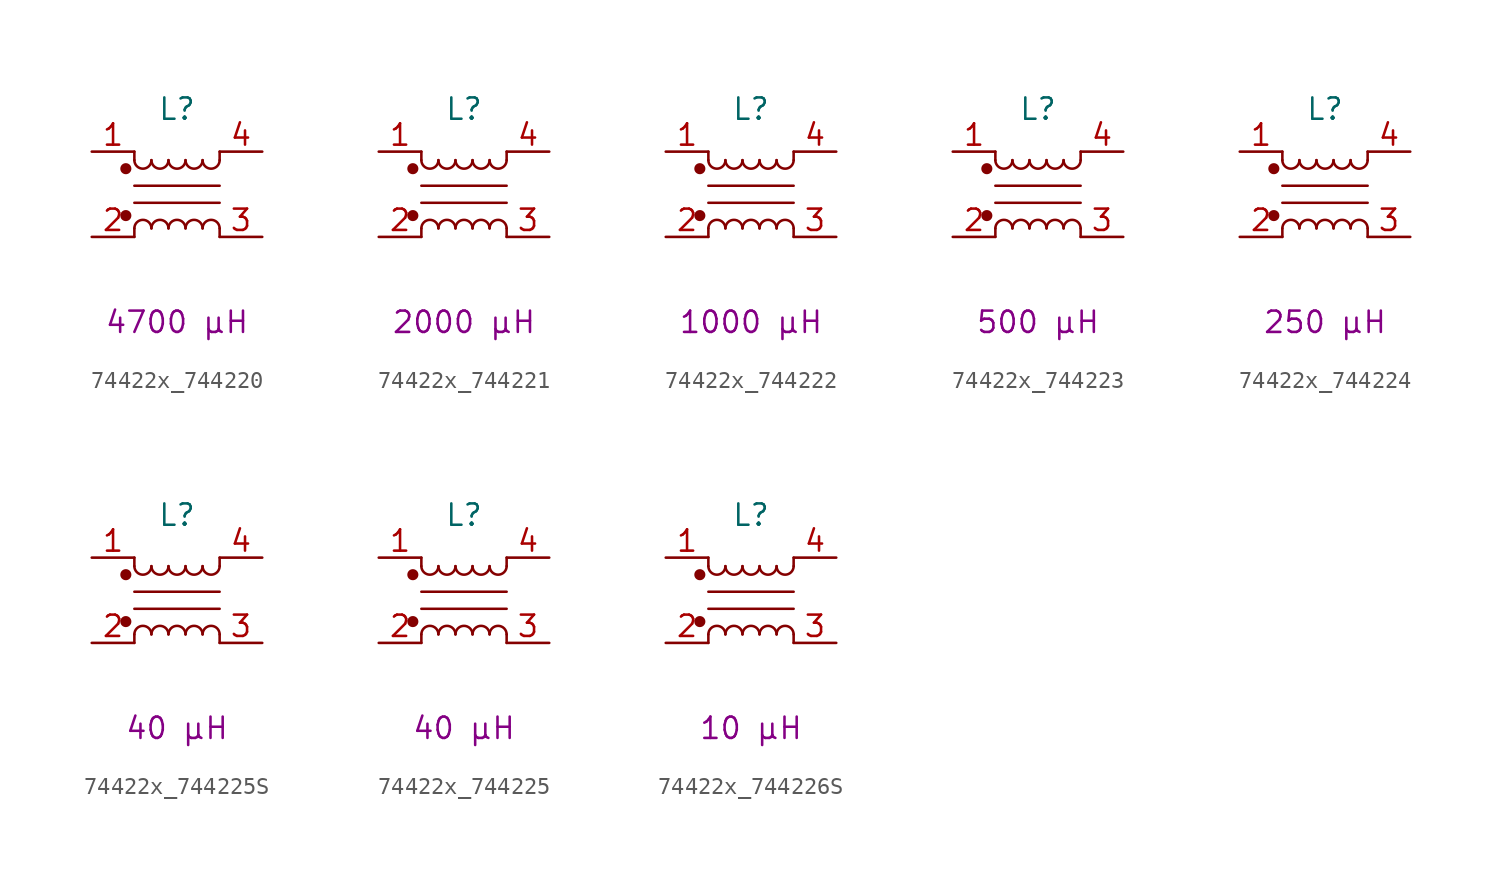
<source format=kicad_sym>
(kicad_symbol_lib
  (version 20220914)
  (generator kicad_symbol_editor)
  (symbol "74422x_744220"
    (pin_names hide)
    (property "Reference" "L"
      (at 0 5.08 0)
      (effects (font (size 1.27 1.27))))
    (property "Critical Parameter" "4700 µH"
      (at 0 -7.62 0)
      (effects (font (size 1.27 1.27))))
    (symbol "74422x_744220_0_1"
      (circle (center -3.048 -1.27) (radius 0.254) (stroke (width 0) (type default)) (fill (type outline)))
      (circle (center -3.048 1.524) (radius 0.254) (stroke (width 0) (type default)) (fill (type outline)))
      (arc (start -2.54 2.032) (mid -2.032 1.5262) (end -1.524 2.032) (stroke (width 0) (type default)) (fill (type none)))
      (arc (start -1.524 -2.032) (mid -2.032 -1.5262) (end -2.54 -2.032) (stroke (width 0) (type default)) (fill (type none)))
      (arc (start -1.524 2.032) (mid -1.016 1.5262) (end -0.508 2.032) (stroke (width 0) (type default)) (fill (type none)))
      (arc (start -0.508 -2.032) (mid -1.016 -1.5262) (end -1.524 -2.032) (stroke (width 0) (type default)) (fill (type none)))
      (arc (start -0.508 2.032) (mid 0 1.5262) (end 0.508 2.032) (stroke (width 0) (type default)) (fill (type none)))
      (polyline (pts (xy -2.54 -2.032) (xy -2.54 -2.54)) (stroke (width 0) (type default)) (fill (type none)))
      (polyline (pts (xy -2.54 0.508) (xy 2.54 0.508)) (stroke (width 0) (type default)) (fill (type none)))
      (polyline (pts (xy -2.54 2.032) (xy -2.54 2.54)) (stroke (width 0) (type default)) (fill (type none)))
      (polyline (pts (xy 2.54 -2.032) (xy 2.54 -2.54)) (stroke (width 0) (type default)) (fill (type none)))
      (polyline (pts (xy 2.54 -0.508) (xy -2.54 -0.508)) (stroke (width 0) (type default)) (fill (type none)))
      (polyline (pts (xy 2.54 2.54) (xy 2.54 2.032)) (stroke (width 0) (type default)) (fill (type none)))
      (arc (start 0.508 -2.032) (mid 0 -1.5262) (end -0.508 -2.032) (stroke (width 0) (type default)) (fill (type none)))
      (arc (start 0.508 2.032) (mid 1.016 1.5262) (end 1.524 2.032) (stroke (width 0) (type default)) (fill (type none)))
      (arc (start 1.524 -2.032) (mid 1.016 -1.5262) (end 0.508 -2.032) (stroke (width 0) (type default)) (fill (type none)))
      (arc (start 1.524 2.032) (mid 2.032 1.5262) (end 2.54 2.032) (stroke (width 0) (type default)) (fill (type none)))
      (arc (start 2.54 -2.032) (mid 2.032 -1.5262) (end 1.524 -2.032) (stroke (width 0) (type default)) (fill (type none))))
    (symbol "74422x_744220_1_1"
      (pin passive line (at -5.08 2.54 0) (length 2.54) (name "1" (effects (font (size 1.27 1.27)))) (number "1" (effects (font (size 1.27 1.27)))))
      (pin passive line (at -5.08 -2.54 0) (length 2.54) (name "2" (effects (font (size 1.27 1.27)))) (number "2" (effects (font (size 1.27 1.27)))))
      (pin passive line (at 5.08 -2.54 180) (length 2.54) (name "3" (effects (font (size 1.27 1.27)))) (number "3" (effects (font (size 1.27 1.27)))))
      (pin passive line (at 5.08 2.54 180) (length 2.54) (name "4" (effects (font (size 1.27 1.27)))) (number "4" (effects (font (size 1.27 1.27)))))))
  (symbol "74422x_744221"
    (pin_names hide)
    (property "Reference" "L"
      (at 0 5.08 0)
      (effects (font (size 1.27 1.27))))
    (property "Critical Parameter" "2000 µH"
      (at 0 -7.62 0)
      (effects (font (size 1.27 1.27))))
    (symbol "74422x_744221_0_1"
      (circle (center -3.048 -1.27) (radius 0.254) (stroke (width 0) (type default)) (fill (type outline)))
      (circle (center -3.048 1.524) (radius 0.254) (stroke (width 0) (type default)) (fill (type outline)))
      (arc (start -2.54 2.032) (mid -2.032 1.5262) (end -1.524 2.032) (stroke (width 0) (type default)) (fill (type none)))
      (arc (start -1.524 -2.032) (mid -2.032 -1.5262) (end -2.54 -2.032) (stroke (width 0) (type default)) (fill (type none)))
      (arc (start -1.524 2.032) (mid -1.016 1.5262) (end -0.508 2.032) (stroke (width 0) (type default)) (fill (type none)))
      (arc (start -0.508 -2.032) (mid -1.016 -1.5262) (end -1.524 -2.032) (stroke (width 0) (type default)) (fill (type none)))
      (arc (start -0.508 2.032) (mid 0 1.5262) (end 0.508 2.032) (stroke (width 0) (type default)) (fill (type none)))
      (polyline (pts (xy -2.54 -2.032) (xy -2.54 -2.54)) (stroke (width 0) (type default)) (fill (type none)))
      (polyline (pts (xy -2.54 0.508) (xy 2.54 0.508)) (stroke (width 0) (type default)) (fill (type none)))
      (polyline (pts (xy -2.54 2.032) (xy -2.54 2.54)) (stroke (width 0) (type default)) (fill (type none)))
      (polyline (pts (xy 2.54 -2.032) (xy 2.54 -2.54)) (stroke (width 0) (type default)) (fill (type none)))
      (polyline (pts (xy 2.54 -0.508) (xy -2.54 -0.508)) (stroke (width 0) (type default)) (fill (type none)))
      (polyline (pts (xy 2.54 2.54) (xy 2.54 2.032)) (stroke (width 0) (type default)) (fill (type none)))
      (arc (start 0.508 -2.032) (mid 0 -1.5262) (end -0.508 -2.032) (stroke (width 0) (type default)) (fill (type none)))
      (arc (start 0.508 2.032) (mid 1.016 1.5262) (end 1.524 2.032) (stroke (width 0) (type default)) (fill (type none)))
      (arc (start 1.524 -2.032) (mid 1.016 -1.5262) (end 0.508 -2.032) (stroke (width 0) (type default)) (fill (type none)))
      (arc (start 1.524 2.032) (mid 2.032 1.5262) (end 2.54 2.032) (stroke (width 0) (type default)) (fill (type none)))
      (arc (start 2.54 -2.032) (mid 2.032 -1.5262) (end 1.524 -2.032) (stroke (width 0) (type default)) (fill (type none))))
    (symbol "74422x_744221_1_1"
      (pin passive line (at -5.08 2.54 0) (length 2.54) (name "1" (effects (font (size 1.27 1.27)))) (number "1" (effects (font (size 1.27 1.27)))))
      (pin passive line (at -5.08 -2.54 0) (length 2.54) (name "2" (effects (font (size 1.27 1.27)))) (number "2" (effects (font (size 1.27 1.27)))))
      (pin passive line (at 5.08 -2.54 180) (length 2.54) (name "3" (effects (font (size 1.27 1.27)))) (number "3" (effects (font (size 1.27 1.27)))))
      (pin passive line (at 5.08 2.54 180) (length 2.54) (name "4" (effects (font (size 1.27 1.27)))) (number "4" (effects (font (size 1.27 1.27)))))))
  (symbol "74422x_744222"
    (pin_names hide)
    (property "Reference" "L"
      (at 0 5.08 0)
      (effects (font (size 1.27 1.27))))
    (property "Critical Parameter" "1000 µH"
      (at 0 -7.62 0)
      (effects (font (size 1.27 1.27))))
    (symbol "74422x_744222_0_1"
      (circle (center -3.048 -1.27) (radius 0.254) (stroke (width 0) (type default)) (fill (type outline)))
      (circle (center -3.048 1.524) (radius 0.254) (stroke (width 0) (type default)) (fill (type outline)))
      (arc (start -2.54 2.032) (mid -2.032 1.5262) (end -1.524 2.032) (stroke (width 0) (type default)) (fill (type none)))
      (arc (start -1.524 -2.032) (mid -2.032 -1.5262) (end -2.54 -2.032) (stroke (width 0) (type default)) (fill (type none)))
      (arc (start -1.524 2.032) (mid -1.016 1.5262) (end -0.508 2.032) (stroke (width 0) (type default)) (fill (type none)))
      (arc (start -0.508 -2.032) (mid -1.016 -1.5262) (end -1.524 -2.032) (stroke (width 0) (type default)) (fill (type none)))
      (arc (start -0.508 2.032) (mid 0 1.5262) (end 0.508 2.032) (stroke (width 0) (type default)) (fill (type none)))
      (polyline (pts (xy -2.54 -2.032) (xy -2.54 -2.54)) (stroke (width 0) (type default)) (fill (type none)))
      (polyline (pts (xy -2.54 0.508) (xy 2.54 0.508)) (stroke (width 0) (type default)) (fill (type none)))
      (polyline (pts (xy -2.54 2.032) (xy -2.54 2.54)) (stroke (width 0) (type default)) (fill (type none)))
      (polyline (pts (xy 2.54 -2.032) (xy 2.54 -2.54)) (stroke (width 0) (type default)) (fill (type none)))
      (polyline (pts (xy 2.54 -0.508) (xy -2.54 -0.508)) (stroke (width 0) (type default)) (fill (type none)))
      (polyline (pts (xy 2.54 2.54) (xy 2.54 2.032)) (stroke (width 0) (type default)) (fill (type none)))
      (arc (start 0.508 -2.032) (mid 0 -1.5262) (end -0.508 -2.032) (stroke (width 0) (type default)) (fill (type none)))
      (arc (start 0.508 2.032) (mid 1.016 1.5262) (end 1.524 2.032) (stroke (width 0) (type default)) (fill (type none)))
      (arc (start 1.524 -2.032) (mid 1.016 -1.5262) (end 0.508 -2.032) (stroke (width 0) (type default)) (fill (type none)))
      (arc (start 1.524 2.032) (mid 2.032 1.5262) (end 2.54 2.032) (stroke (width 0) (type default)) (fill (type none)))
      (arc (start 2.54 -2.032) (mid 2.032 -1.5262) (end 1.524 -2.032) (stroke (width 0) (type default)) (fill (type none))))
    (symbol "74422x_744222_1_1"
      (pin passive line (at -5.08 2.54 0) (length 2.54) (name "1" (effects (font (size 1.27 1.27)))) (number "1" (effects (font (size 1.27 1.27)))))
      (pin passive line (at -5.08 -2.54 0) (length 2.54) (name "2" (effects (font (size 1.27 1.27)))) (number "2" (effects (font (size 1.27 1.27)))))
      (pin passive line (at 5.08 -2.54 180) (length 2.54) (name "3" (effects (font (size 1.27 1.27)))) (number "3" (effects (font (size 1.27 1.27)))))
      (pin passive line (at 5.08 2.54 180) (length 2.54) (name "4" (effects (font (size 1.27 1.27)))) (number "4" (effects (font (size 1.27 1.27)))))))
  (symbol "74422x_744223"
    (pin_names hide)
    (property "Reference" "L"
      (at 0 5.08 0)
      (effects (font (size 1.27 1.27))))
    (property "Critical Parameter" "500 µH"
      (at 0 -7.62 0)
      (effects (font (size 1.27 1.27))))
    (symbol "74422x_744223_0_1"
      (circle (center -3.048 -1.27) (radius 0.254) (stroke (width 0) (type default)) (fill (type outline)))
      (circle (center -3.048 1.524) (radius 0.254) (stroke (width 0) (type default)) (fill (type outline)))
      (arc (start -2.54 2.032) (mid -2.032 1.5262) (end -1.524 2.032) (stroke (width 0) (type default)) (fill (type none)))
      (arc (start -1.524 -2.032) (mid -2.032 -1.5262) (end -2.54 -2.032) (stroke (width 0) (type default)) (fill (type none)))
      (arc (start -1.524 2.032) (mid -1.016 1.5262) (end -0.508 2.032) (stroke (width 0) (type default)) (fill (type none)))
      (arc (start -0.508 -2.032) (mid -1.016 -1.5262) (end -1.524 -2.032) (stroke (width 0) (type default)) (fill (type none)))
      (arc (start -0.508 2.032) (mid 0 1.5262) (end 0.508 2.032) (stroke (width 0) (type default)) (fill (type none)))
      (polyline (pts (xy -2.54 -2.032) (xy -2.54 -2.54)) (stroke (width 0) (type default)) (fill (type none)))
      (polyline (pts (xy -2.54 0.508) (xy 2.54 0.508)) (stroke (width 0) (type default)) (fill (type none)))
      (polyline (pts (xy -2.54 2.032) (xy -2.54 2.54)) (stroke (width 0) (type default)) (fill (type none)))
      (polyline (pts (xy 2.54 -2.032) (xy 2.54 -2.54)) (stroke (width 0) (type default)) (fill (type none)))
      (polyline (pts (xy 2.54 -0.508) (xy -2.54 -0.508)) (stroke (width 0) (type default)) (fill (type none)))
      (polyline (pts (xy 2.54 2.54) (xy 2.54 2.032)) (stroke (width 0) (type default)) (fill (type none)))
      (arc (start 0.508 -2.032) (mid 0 -1.5262) (end -0.508 -2.032) (stroke (width 0) (type default)) (fill (type none)))
      (arc (start 0.508 2.032) (mid 1.016 1.5262) (end 1.524 2.032) (stroke (width 0) (type default)) (fill (type none)))
      (arc (start 1.524 -2.032) (mid 1.016 -1.5262) (end 0.508 -2.032) (stroke (width 0) (type default)) (fill (type none)))
      (arc (start 1.524 2.032) (mid 2.032 1.5262) (end 2.54 2.032) (stroke (width 0) (type default)) (fill (type none)))
      (arc (start 2.54 -2.032) (mid 2.032 -1.5262) (end 1.524 -2.032) (stroke (width 0) (type default)) (fill (type none))))
    (symbol "74422x_744223_1_1"
      (pin passive line (at -5.08 2.54 0) (length 2.54) (name "1" (effects (font (size 1.27 1.27)))) (number "1" (effects (font (size 1.27 1.27)))))
      (pin passive line (at -5.08 -2.54 0) (length 2.54) (name "2" (effects (font (size 1.27 1.27)))) (number "2" (effects (font (size 1.27 1.27)))))
      (pin passive line (at 5.08 -2.54 180) (length 2.54) (name "3" (effects (font (size 1.27 1.27)))) (number "3" (effects (font (size 1.27 1.27)))))
      (pin passive line (at 5.08 2.54 180) (length 2.54) (name "4" (effects (font (size 1.27 1.27)))) (number "4" (effects (font (size 1.27 1.27)))))))
  (symbol "74422x_744224"
    (pin_names hide)
    (property "Reference" "L"
      (at 0 5.08 0)
      (effects (font (size 1.27 1.27))))
    (property "Critical Parameter" "250 µH"
      (at 0 -7.62 0)
      (effects (font (size 1.27 1.27))))
    (symbol "74422x_744224_0_1"
      (circle (center -3.048 -1.27) (radius 0.254) (stroke (width 0) (type default)) (fill (type outline)))
      (circle (center -3.048 1.524) (radius 0.254) (stroke (width 0) (type default)) (fill (type outline)))
      (arc (start -2.54 2.032) (mid -2.032 1.5262) (end -1.524 2.032) (stroke (width 0) (type default)) (fill (type none)))
      (arc (start -1.524 -2.032) (mid -2.032 -1.5262) (end -2.54 -2.032) (stroke (width 0) (type default)) (fill (type none)))
      (arc (start -1.524 2.032) (mid -1.016 1.5262) (end -0.508 2.032) (stroke (width 0) (type default)) (fill (type none)))
      (arc (start -0.508 -2.032) (mid -1.016 -1.5262) (end -1.524 -2.032) (stroke (width 0) (type default)) (fill (type none)))
      (arc (start -0.508 2.032) (mid 0 1.5262) (end 0.508 2.032) (stroke (width 0) (type default)) (fill (type none)))
      (polyline (pts (xy -2.54 -2.032) (xy -2.54 -2.54)) (stroke (width 0) (type default)) (fill (type none)))
      (polyline (pts (xy -2.54 0.508) (xy 2.54 0.508)) (stroke (width 0) (type default)) (fill (type none)))
      (polyline (pts (xy -2.54 2.032) (xy -2.54 2.54)) (stroke (width 0) (type default)) (fill (type none)))
      (polyline (pts (xy 2.54 -2.032) (xy 2.54 -2.54)) (stroke (width 0) (type default)) (fill (type none)))
      (polyline (pts (xy 2.54 -0.508) (xy -2.54 -0.508)) (stroke (width 0) (type default)) (fill (type none)))
      (polyline (pts (xy 2.54 2.54) (xy 2.54 2.032)) (stroke (width 0) (type default)) (fill (type none)))
      (arc (start 0.508 -2.032) (mid 0 -1.5262) (end -0.508 -2.032) (stroke (width 0) (type default)) (fill (type none)))
      (arc (start 0.508 2.032) (mid 1.016 1.5262) (end 1.524 2.032) (stroke (width 0) (type default)) (fill (type none)))
      (arc (start 1.524 -2.032) (mid 1.016 -1.5262) (end 0.508 -2.032) (stroke (width 0) (type default)) (fill (type none)))
      (arc (start 1.524 2.032) (mid 2.032 1.5262) (end 2.54 2.032) (stroke (width 0) (type default)) (fill (type none)))
      (arc (start 2.54 -2.032) (mid 2.032 -1.5262) (end 1.524 -2.032) (stroke (width 0) (type default)) (fill (type none))))
    (symbol "74422x_744224_1_1"
      (pin passive line (at -5.08 2.54 0) (length 2.54) (name "1" (effects (font (size 1.27 1.27)))) (number "1" (effects (font (size 1.27 1.27)))))
      (pin passive line (at -5.08 -2.54 0) (length 2.54) (name "2" (effects (font (size 1.27 1.27)))) (number "2" (effects (font (size 1.27 1.27)))))
      (pin passive line (at 5.08 -2.54 180) (length 2.54) (name "3" (effects (font (size 1.27 1.27)))) (number "3" (effects (font (size 1.27 1.27)))))
      (pin passive line (at 5.08 2.54 180) (length 2.54) (name "4" (effects (font (size 1.27 1.27)))) (number "4" (effects (font (size 1.27 1.27)))))))
  (symbol "74422x_744225S"
    (pin_names hide)
    (property "Reference" "L"
      (at 0 5.08 0)
      (effects (font (size 1.27 1.27))))
    (property "Critical Parameter" "40 µH"
      (at 0 -7.62 0)
      (effects (font (size 1.27 1.27))))
    (symbol "74422x_744225S_0_1"
      (circle (center -3.048 -1.27) (radius 0.254) (stroke (width 0) (type default)) (fill (type outline)))
      (circle (center -3.048 1.524) (radius 0.254) (stroke (width 0) (type default)) (fill (type outline)))
      (arc (start -2.54 2.032) (mid -2.032 1.5262) (end -1.524 2.032) (stroke (width 0) (type default)) (fill (type none)))
      (arc (start -1.524 -2.032) (mid -2.032 -1.5262) (end -2.54 -2.032) (stroke (width 0) (type default)) (fill (type none)))
      (arc (start -1.524 2.032) (mid -1.016 1.5262) (end -0.508 2.032) (stroke (width 0) (type default)) (fill (type none)))
      (arc (start -0.508 -2.032) (mid -1.016 -1.5262) (end -1.524 -2.032) (stroke (width 0) (type default)) (fill (type none)))
      (arc (start -0.508 2.032) (mid 0 1.5262) (end 0.508 2.032) (stroke (width 0) (type default)) (fill (type none)))
      (polyline (pts (xy -2.54 -2.032) (xy -2.54 -2.54)) (stroke (width 0) (type default)) (fill (type none)))
      (polyline (pts (xy -2.54 0.508) (xy 2.54 0.508)) (stroke (width 0) (type default)) (fill (type none)))
      (polyline (pts (xy -2.54 2.032) (xy -2.54 2.54)) (stroke (width 0) (type default)) (fill (type none)))
      (polyline (pts (xy 2.54 -2.032) (xy 2.54 -2.54)) (stroke (width 0) (type default)) (fill (type none)))
      (polyline (pts (xy 2.54 -0.508) (xy -2.54 -0.508)) (stroke (width 0) (type default)) (fill (type none)))
      (polyline (pts (xy 2.54 2.54) (xy 2.54 2.032)) (stroke (width 0) (type default)) (fill (type none)))
      (arc (start 0.508 -2.032) (mid 0 -1.5262) (end -0.508 -2.032) (stroke (width 0) (type default)) (fill (type none)))
      (arc (start 0.508 2.032) (mid 1.016 1.5262) (end 1.524 2.032) (stroke (width 0) (type default)) (fill (type none)))
      (arc (start 1.524 -2.032) (mid 1.016 -1.5262) (end 0.508 -2.032) (stroke (width 0) (type default)) (fill (type none)))
      (arc (start 1.524 2.032) (mid 2.032 1.5262) (end 2.54 2.032) (stroke (width 0) (type default)) (fill (type none)))
      (arc (start 2.54 -2.032) (mid 2.032 -1.5262) (end 1.524 -2.032) (stroke (width 0) (type default)) (fill (type none))))
    (symbol "74422x_744225S_1_1"
      (pin passive line (at -5.08 2.54 0) (length 2.54) (name "1" (effects (font (size 1.27 1.27)))) (number "1" (effects (font (size 1.27 1.27)))))
      (pin passive line (at -5.08 -2.54 0) (length 2.54) (name "2" (effects (font (size 1.27 1.27)))) (number "2" (effects (font (size 1.27 1.27)))))
      (pin passive line (at 5.08 -2.54 180) (length 2.54) (name "3" (effects (font (size 1.27 1.27)))) (number "3" (effects (font (size 1.27 1.27)))))
      (pin passive line (at 5.08 2.54 180) (length 2.54) (name "4" (effects (font (size 1.27 1.27)))) (number "4" (effects (font (size 1.27 1.27)))))))
  (symbol "74422x_744225"
    (pin_names hide)
    (property "Reference" "L"
      (at 0 5.08 0)
      (effects (font (size 1.27 1.27))))
    (property "Critical Parameter" "40 µH"
      (at 0 -7.62 0)
      (effects (font (size 1.27 1.27))))
    (symbol "74422x_744225_0_1"
      (circle (center -3.048 -1.27) (radius 0.254) (stroke (width 0) (type default)) (fill (type outline)))
      (circle (center -3.048 1.524) (radius 0.254) (stroke (width 0) (type default)) (fill (type outline)))
      (arc (start -2.54 2.032) (mid -2.032 1.5262) (end -1.524 2.032) (stroke (width 0) (type default)) (fill (type none)))
      (arc (start -1.524 -2.032) (mid -2.032 -1.5262) (end -2.54 -2.032) (stroke (width 0) (type default)) (fill (type none)))
      (arc (start -1.524 2.032) (mid -1.016 1.5262) (end -0.508 2.032) (stroke (width 0) (type default)) (fill (type none)))
      (arc (start -0.508 -2.032) (mid -1.016 -1.5262) (end -1.524 -2.032) (stroke (width 0) (type default)) (fill (type none)))
      (arc (start -0.508 2.032) (mid 0 1.5262) (end 0.508 2.032) (stroke (width 0) (type default)) (fill (type none)))
      (polyline (pts (xy -2.54 -2.032) (xy -2.54 -2.54)) (stroke (width 0) (type default)) (fill (type none)))
      (polyline (pts (xy -2.54 0.508) (xy 2.54 0.508)) (stroke (width 0) (type default)) (fill (type none)))
      (polyline (pts (xy -2.54 2.032) (xy -2.54 2.54)) (stroke (width 0) (type default)) (fill (type none)))
      (polyline (pts (xy 2.54 -2.032) (xy 2.54 -2.54)) (stroke (width 0) (type default)) (fill (type none)))
      (polyline (pts (xy 2.54 -0.508) (xy -2.54 -0.508)) (stroke (width 0) (type default)) (fill (type none)))
      (polyline (pts (xy 2.54 2.54) (xy 2.54 2.032)) (stroke (width 0) (type default)) (fill (type none)))
      (arc (start 0.508 -2.032) (mid 0 -1.5262) (end -0.508 -2.032) (stroke (width 0) (type default)) (fill (type none)))
      (arc (start 0.508 2.032) (mid 1.016 1.5262) (end 1.524 2.032) (stroke (width 0) (type default)) (fill (type none)))
      (arc (start 1.524 -2.032) (mid 1.016 -1.5262) (end 0.508 -2.032) (stroke (width 0) (type default)) (fill (type none)))
      (arc (start 1.524 2.032) (mid 2.032 1.5262) (end 2.54 2.032) (stroke (width 0) (type default)) (fill (type none)))
      (arc (start 2.54 -2.032) (mid 2.032 -1.5262) (end 1.524 -2.032) (stroke (width 0) (type default)) (fill (type none))))
    (symbol "74422x_744225_1_1"
      (pin passive line (at -5.08 2.54 0) (length 2.54) (name "1" (effects (font (size 1.27 1.27)))) (number "1" (effects (font (size 1.27 1.27)))))
      (pin passive line (at -5.08 -2.54 0) (length 2.54) (name "2" (effects (font (size 1.27 1.27)))) (number "2" (effects (font (size 1.27 1.27)))))
      (pin passive line (at 5.08 -2.54 180) (length 2.54) (name "3" (effects (font (size 1.27 1.27)))) (number "3" (effects (font (size 1.27 1.27)))))
      (pin passive line (at 5.08 2.54 180) (length 2.54) (name "4" (effects (font (size 1.27 1.27)))) (number "4" (effects (font (size 1.27 1.27)))))))
  (symbol "74422x_744226S"
    (pin_names hide)
    (property "Reference" "L"
      (at 0 5.08 0)
      (effects (font (size 1.27 1.27))))
    (property "Critical Parameter" "10 µH"
      (at 0 -7.62 0)
      (effects (font (size 1.27 1.27))))
    (symbol "74422x_744226S_0_1"
      (circle (center -3.048 -1.27) (radius 0.254) (stroke (width 0) (type default)) (fill (type outline)))
      (circle (center -3.048 1.524) (radius 0.254) (stroke (width 0) (type default)) (fill (type outline)))
      (arc (start -2.54 2.032) (mid -2.032 1.5262) (end -1.524 2.032) (stroke (width 0) (type default)) (fill (type none)))
      (arc (start -1.524 -2.032) (mid -2.032 -1.5262) (end -2.54 -2.032) (stroke (width 0) (type default)) (fill (type none)))
      (arc (start -1.524 2.032) (mid -1.016 1.5262) (end -0.508 2.032) (stroke (width 0) (type default)) (fill (type none)))
      (arc (start -0.508 -2.032) (mid -1.016 -1.5262) (end -1.524 -2.032) (stroke (width 0) (type default)) (fill (type none)))
      (arc (start -0.508 2.032) (mid 0 1.5262) (end 0.508 2.032) (stroke (width 0) (type default)) (fill (type none)))
      (polyline (pts (xy -2.54 -2.032) (xy -2.54 -2.54)) (stroke (width 0) (type default)) (fill (type none)))
      (polyline (pts (xy -2.54 0.508) (xy 2.54 0.508)) (stroke (width 0) (type default)) (fill (type none)))
      (polyline (pts (xy -2.54 2.032) (xy -2.54 2.54)) (stroke (width 0) (type default)) (fill (type none)))
      (polyline (pts (xy 2.54 -2.032) (xy 2.54 -2.54)) (stroke (width 0) (type default)) (fill (type none)))
      (polyline (pts (xy 2.54 -0.508) (xy -2.54 -0.508)) (stroke (width 0) (type default)) (fill (type none)))
      (polyline (pts (xy 2.54 2.54) (xy 2.54 2.032)) (stroke (width 0) (type default)) (fill (type none)))
      (arc (start 0.508 -2.032) (mid 0 -1.5262) (end -0.508 -2.032) (stroke (width 0) (type default)) (fill (type none)))
      (arc (start 0.508 2.032) (mid 1.016 1.5262) (end 1.524 2.032) (stroke (width 0) (type default)) (fill (type none)))
      (arc (start 1.524 -2.032) (mid 1.016 -1.5262) (end 0.508 -2.032) (stroke (width 0) (type default)) (fill (type none)))
      (arc (start 1.524 2.032) (mid 2.032 1.5262) (end 2.54 2.032) (stroke (width 0) (type default)) (fill (type none)))
      (arc (start 2.54 -2.032) (mid 2.032 -1.5262) (end 1.524 -2.032) (stroke (width 0) (type default)) (fill (type none))))
    (symbol "74422x_744226S_1_1"
      (pin passive line (at -5.08 2.54 0) (length 2.54) (name "1" (effects (font (size 1.27 1.27)))) (number "1" (effects (font (size 1.27 1.27)))))
      (pin passive line (at -5.08 -2.54 0) (length 2.54) (name "2" (effects (font (size 1.27 1.27)))) (number "2" (effects (font (size 1.27 1.27)))))
      (pin passive line (at 5.08 -2.54 180) (length 2.54) (name "3" (effects (font (size 1.27 1.27)))) (number "3" (effects (font (size 1.27 1.27)))))
      (pin passive line (at 5.08 2.54 180) (length 2.54) (name "4" (effects (font (size 1.27 1.27)))) (number "4" (effects (font (size 1.27 1.27))))))))
</source>
